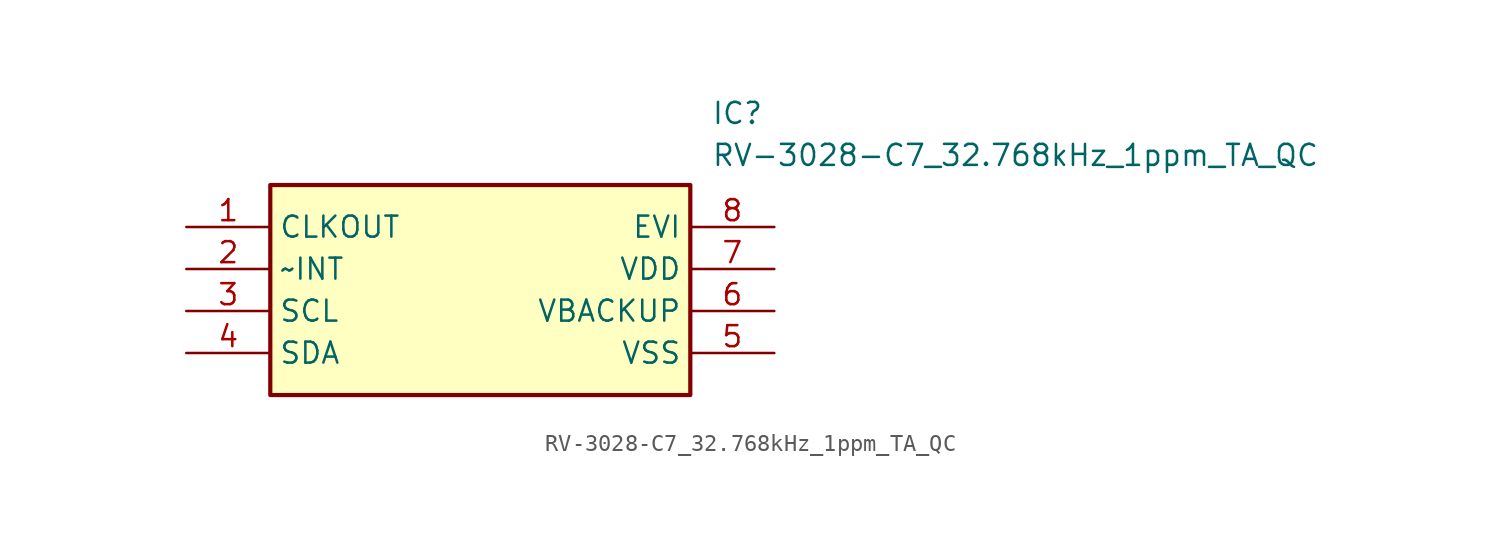
<source format=kicad_sym>
(kicad_symbol_lib
  (version 20211014)
  (generator SamacSys_ECAD_Model)
  (symbol "RV-3028-C7_32.768kHz_1ppm_TA_QC"
    (property "Reference" "IC"
      (at 31.75 7.62 0)
      (effects (font (size 1.27 1.27)) (justify left top)))
    (property "Value" "RV-3028-C7_32.768kHz_1ppm_TA_QC"
      (at 31.75 5.08 0)
      (effects (font (size 1.27 1.27)) (justify left top)))
    (rectangle
      (start 5.08 2.54)
      (end 30.48 -10.16)
      (stroke (width 0.254) (type default))
      (fill (type background)))
    (pin passive line
      (at 0 0 0)
      (length 5.08)
      (name "CLKOUT" (effects (font (size 1.27 1.27))))
      (number "1" (effects (font (size 1.27 1.27)))))
    (pin passive line
      (at 0 -2.54 0)
      (length 5.08)
      (name "~INT" (effects (font (size 1.27 1.27))))
      (number "2" (effects (font (size 1.27 1.27)))))
    (pin passive line
      (at 0 -5.08 0)
      (length 5.08)
      (name "SCL" (effects (font (size 1.27 1.27))))
      (number "3" (effects (font (size 1.27 1.27)))))
    (pin passive line
      (at 0 -7.62 0)
      (length 5.08)
      (name "SDA" (effects (font (size 1.27 1.27))))
      (number "4" (effects (font (size 1.27 1.27)))))
    (pin passive line
      (at 35.56 -7.62 180)
      (length 5.08)
      (name "VSS" (effects (font (size 1.27 1.27))))
      (number "5" (effects (font (size 1.27 1.27)))))
    (pin passive line
      (at 35.56 -5.08 180)
      (length 5.08)
      (name "VBACKUP" (effects (font (size 1.27 1.27))))
      (number "6" (effects (font (size 1.27 1.27)))))
    (pin passive line
      (at 35.56 -2.54 180)
      (length 5.08)
      (name "VDD" (effects (font (size 1.27 1.27))))
      (number "7" (effects (font (size 1.27 1.27)))))
    (pin passive line
      (at 35.56 0 180)
      (length 5.08)
      (name "EVI" (effects (font (size 1.27 1.27))))
      (number "8" (effects (font (size 1.27 1.27)))))))
</source>
